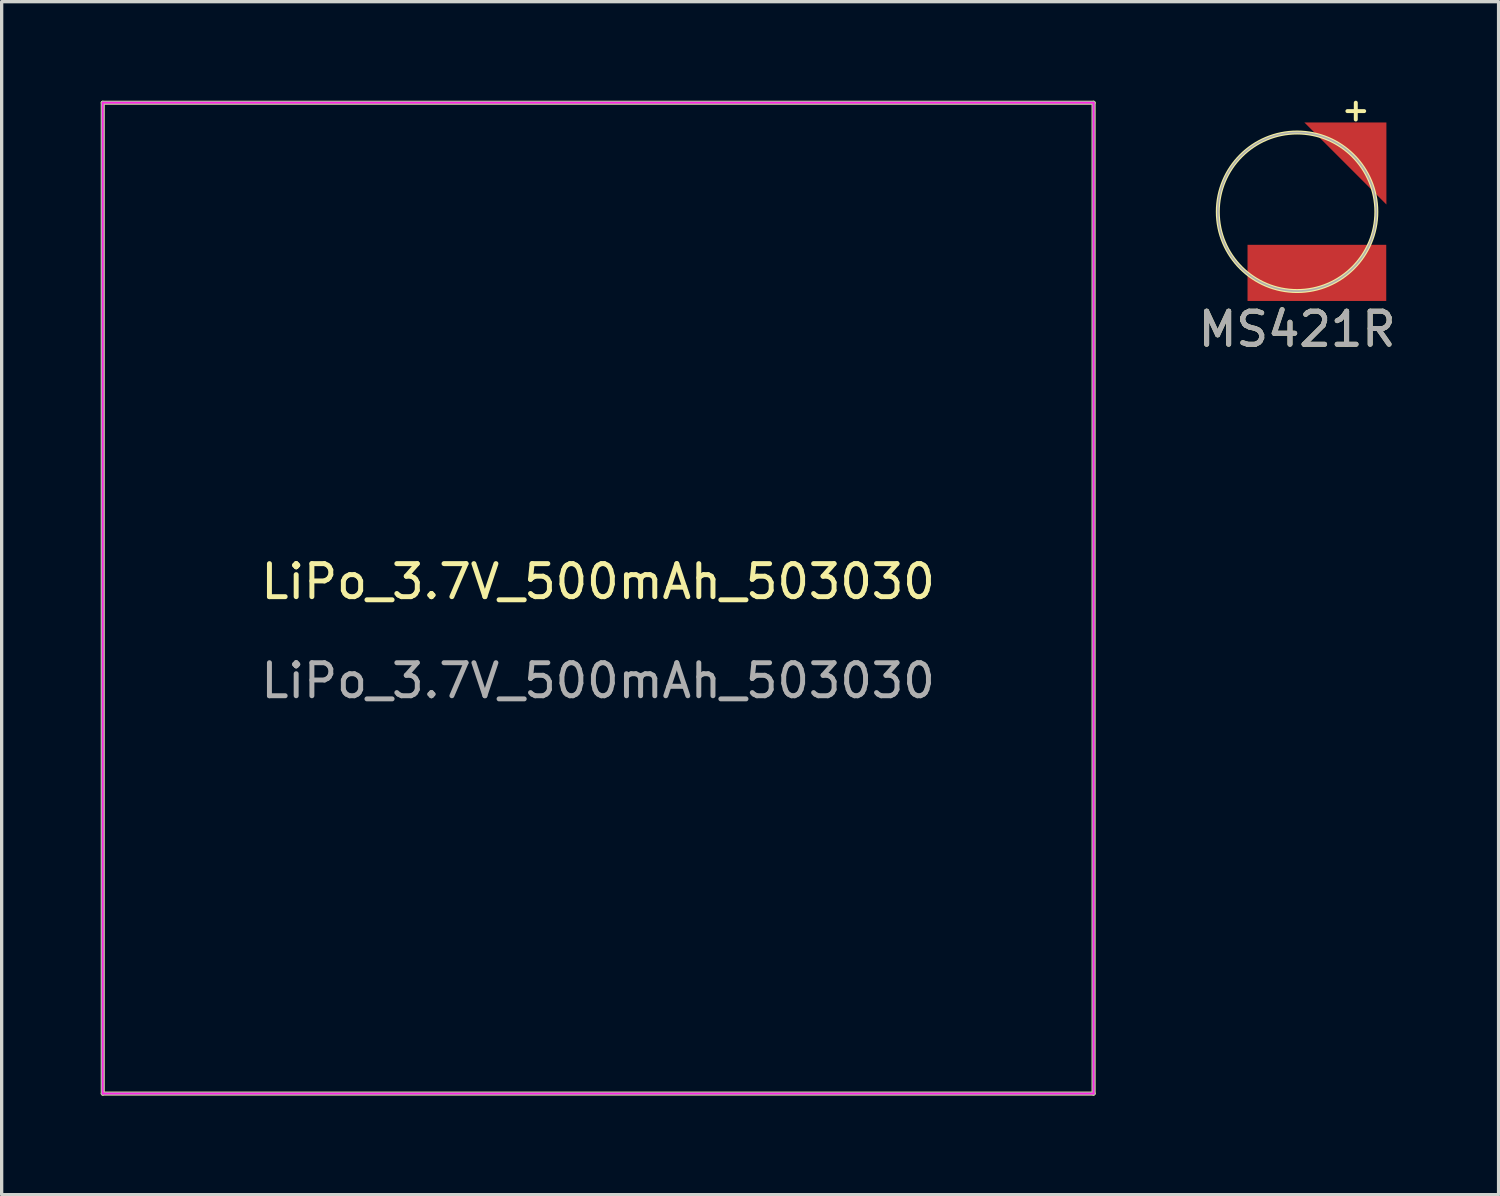
<source format=kicad_pcb>
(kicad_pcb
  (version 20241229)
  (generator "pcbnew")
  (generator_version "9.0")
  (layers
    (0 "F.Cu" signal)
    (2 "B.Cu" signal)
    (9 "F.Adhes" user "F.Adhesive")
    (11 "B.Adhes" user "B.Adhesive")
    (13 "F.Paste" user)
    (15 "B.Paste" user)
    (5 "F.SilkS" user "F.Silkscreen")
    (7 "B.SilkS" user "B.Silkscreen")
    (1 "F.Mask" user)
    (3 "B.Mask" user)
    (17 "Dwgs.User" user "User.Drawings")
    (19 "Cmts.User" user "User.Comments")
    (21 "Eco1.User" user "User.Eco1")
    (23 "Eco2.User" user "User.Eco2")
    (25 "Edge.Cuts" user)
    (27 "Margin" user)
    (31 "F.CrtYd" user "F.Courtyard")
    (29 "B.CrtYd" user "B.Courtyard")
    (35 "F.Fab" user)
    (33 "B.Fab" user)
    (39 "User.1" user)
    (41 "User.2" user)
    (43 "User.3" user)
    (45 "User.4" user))
  (footprint "LiPo_3.7V_500mAh_503030"
    (layer "F.Cu")
    (at 15.06 15.06)
    (property "Reference" "LiPo_3.7V_500mAh_503030" (at 0 -0.5 0) (unlocked yes) (layer "F.SilkS") (effects (font (size 1 1) (thickness 0.15))))
    (fp_line (start -15 -15) (end -15 15) (stroke (width 0.12) (type solid)) (layer "F.SilkS"))
    (fp_line (start -15 15) (end 15 15) (stroke (width 0.12) (type solid)) (layer "F.SilkS"))
    (fp_line (start 15 -15) (end -15 -15) (stroke (width 0.12) (type solid)) (layer "F.SilkS"))
    (fp_line (start 15 15) (end 15 -15) (stroke (width 0.12) (type solid)) (layer "F.SilkS"))
    (fp_line (start -15 -15) (end 15 -15) (stroke (width 0.05) (type solid)) (layer "F.CrtYd"))
    (fp_line (start -15 15) (end -15 -15) (stroke (width 0.05) (type solid)) (layer "F.CrtYd"))
    (fp_line (start 15 -15) (end 15 15) (stroke (width 0.05) (type solid)) (layer "F.CrtYd"))
    (fp_line (start 15 15) (end -15 15) (stroke (width 0.05) (type solid)) (layer "F.CrtYd"))
    (fp_line (start -15 -15) (end 15 -15) (stroke (width 0.1) (type solid)) (layer "F.Fab"))
    (fp_line (start -15 15) (end -15 -15) (stroke (width 0.1) (type solid)) (layer "F.Fab"))
    (fp_line (start 15 -15) (end 15 15) (stroke (width 0.1) (type solid)) (layer "F.Fab"))
    (fp_line (start 15 15) (end -15 15) (stroke (width 0.1) (type solid)) (layer "F.Fab"))
    (fp_text user "${REFERENCE}" (at 0 2.5 0) (unlocked yes) (layer "F.Fab") (effects (font (size 1 1) (thickness 0.15)))))
  (footprint "MS421R"
    (layer "F.Cu")
    (at 36.221 3.362)
    (property "Reference" "MS421R" (at 0 3.556 0) (unlocked yes) (layer "F.SilkS") (effects (font (size 1 1) (thickness 0.15))))
    (attr smd)
    (fp_poly (pts (xy 2.705 -0.22) (xy 0.22 -2.705) (xy 2.705 -2.705)) (stroke (width 0) (type solid)) (fill yes) (layer "F.Cu"))
    (fp_poly (pts (xy 2.705 -0.22) (xy 0.22 -2.705) (xy 2.705 -2.705)) (stroke (width 0) (type solid)) (fill yes) (layer "F.Mask"))
    (fp_line (start 1.524 -3.048) (end 2.032 -3.048) (stroke (width 0.12) (type solid)) (layer "F.SilkS"))
    (fp_line (start 1.778 -3.302) (end 1.778 -2.794) (stroke (width 0.12) (type solid)) (layer "F.SilkS"))
    (fp_circle (center 0 0) (end 2.4 0) (stroke (width 0.12) (type solid)) (fill no) (layer "F.SilkS"))
    (fp_poly (pts (xy 2.705 -0.22) (xy 0.22 -2.705) (xy 2.705 -2.705)) (stroke (width 0) (type solid)) (fill yes) (layer "F.Paste"))
    (fp_circle (center 0 0) (end 2.4 0) (stroke (width 0.051) (type solid)) (fill no) (layer "F.Fab"))
    (fp_text user "${REFERENCE}" (at 0 3.556 0) (unlocked yes) (layer "F.Fab") (effects (font (size 1 1) (thickness 0.15))))
    (pad "1" smd rect (at 2.022 -2.032) (size 1 1) (layers "F.Cu"))
    (pad "2" smd rect (at 0.6 1.85) (size 4.2 1.7) (layers "F.Cu" "F.Mask" "F.Paste")))
  (gr_rect
    (start -3 -3)
    (end 42.322 33.12)
    (stroke (width 0.1) (type default))
    (fill no)
    (layer "Edge.Cuts")))
</source>
